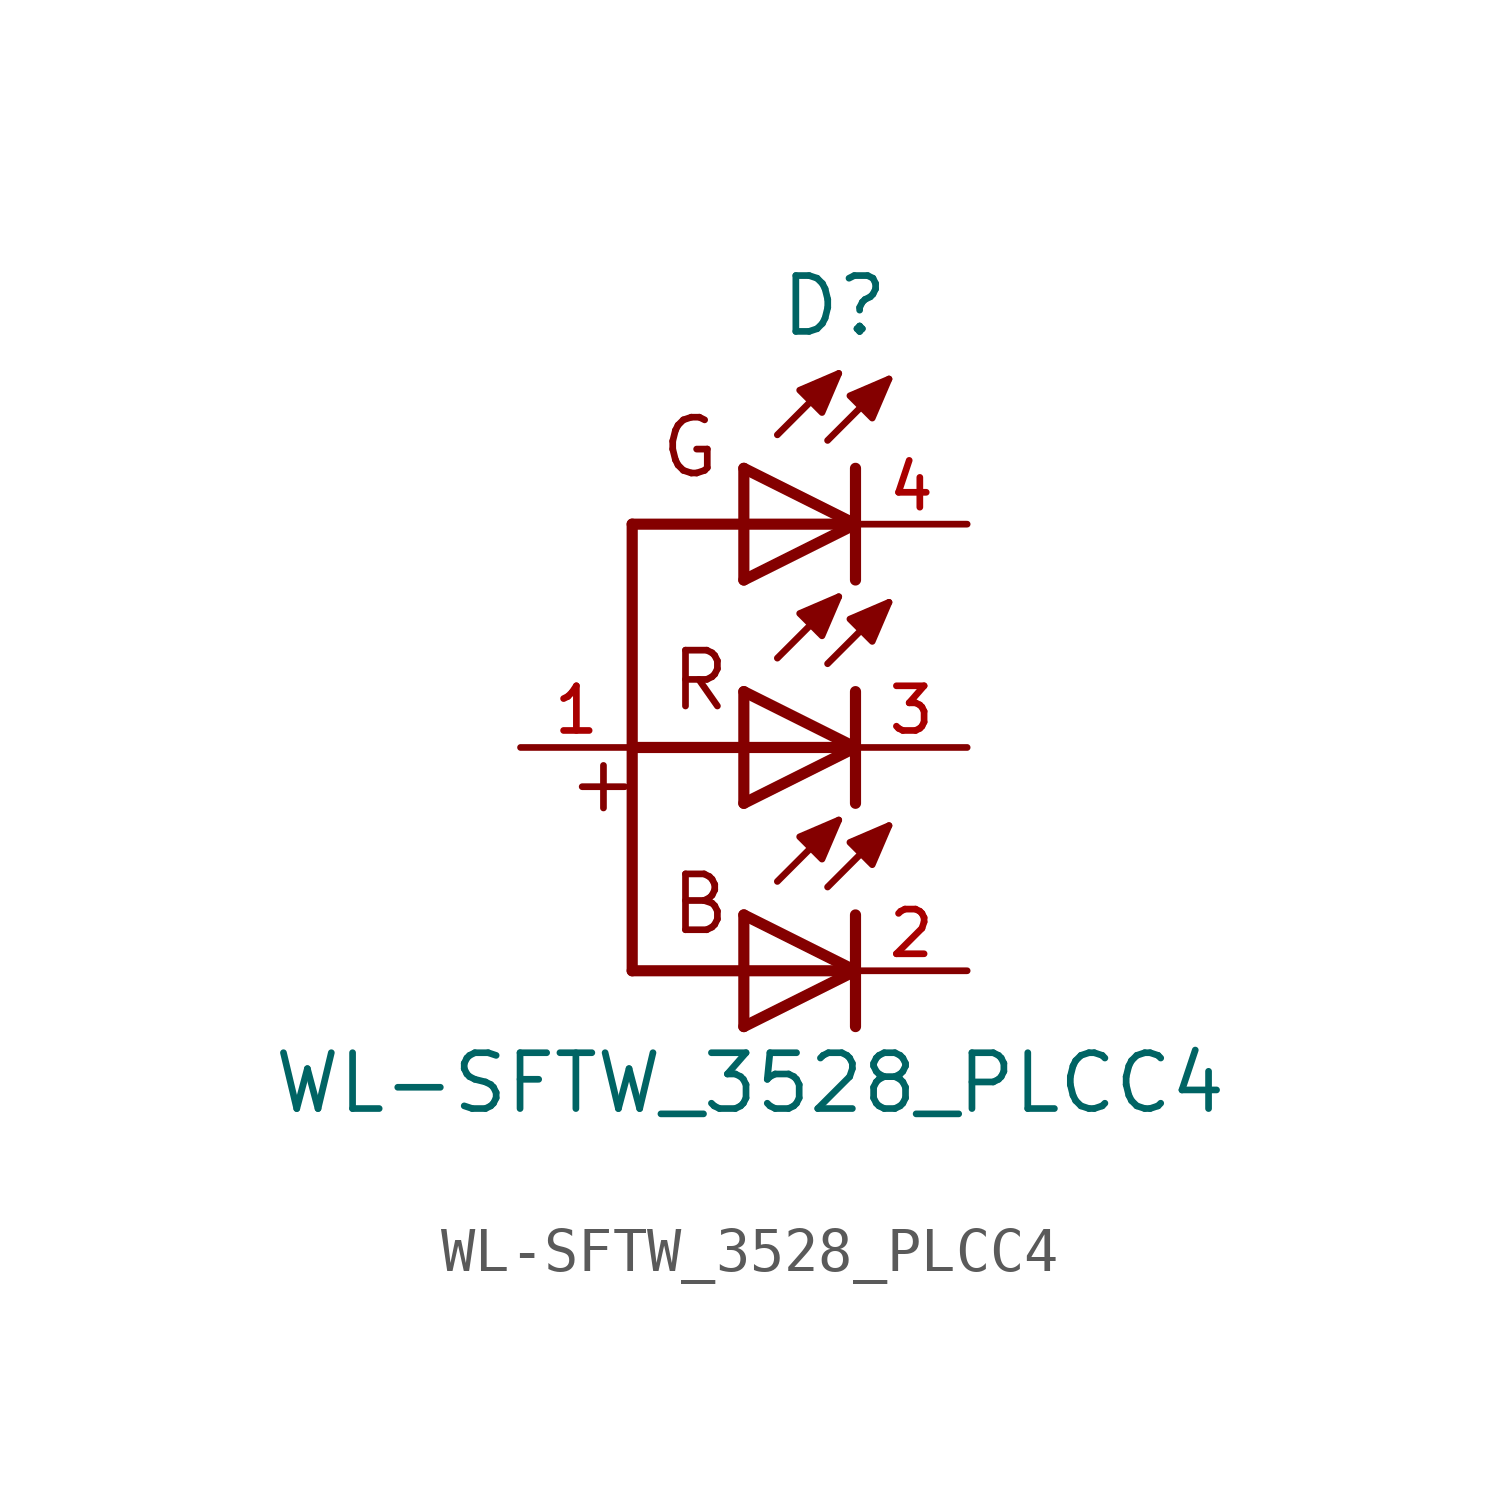
<source format=kicad_sym>
(kicad_symbol_lib
  (version 20211014)
  (generator kicad_symbol_editor)
  (symbol "WL-SFTW_3528_PLCC4"
    (pin_names
      (offset 1.016))
    (property "Reference" "D"
      (at 2.06 9.302 0)
      (effects (font (size 1.27 1.27)) (justify bottom)))
    (property "Value" "WL-SFTW_3528_PLCC4"
      (at 0.14 -8.378 0)
      (effects (font (size 1.27 1.27)) (justify bottom)))
    (symbol "WL-SFTW_3528_PLCC4_0_0"
      (polyline (pts (xy -2.54 5.08) (xy -2.54 0.0)) (stroke (width 0.254)))
      (polyline (pts (xy -2.54 0.0) (xy -2.54 -5.08)) (stroke (width 0.254)))
      (polyline (pts (xy -2.54 -5.08) (xy 0.0 -5.08)) (stroke (width 0.254)))
      (polyline (pts (xy 0.0 3.81) (xy 2.54 5.08)) (stroke (width 0.254)))
      (polyline (pts (xy 2.54 5.08) (xy 0.0 6.35)) (stroke (width 0.254)))
      (polyline (pts (xy 2.54 3.81) (xy 2.54 5.08)) (stroke (width 0.254)))
      (polyline (pts (xy 2.54 5.08) (xy 2.54 6.35)) (stroke (width 0.254)))
      (polyline (pts (xy 0.0 3.81) (xy 0.0 5.08)) (stroke (width 0.254)))
      (polyline (pts (xy 0.0 5.08) (xy 0.0 6.35)) (stroke (width 0.254)))
      (polyline (pts (xy 0.762 7.112) (xy 2.159 8.509)) (stroke (width 0.152)))
      (polyline (pts (xy 1.905 6.985) (xy 3.302 8.382)) (stroke (width 0.152)))
      (polyline (pts (xy 0.0 -1.27) (xy 2.54 0.0)) (stroke (width 0.254)))
      (polyline (pts (xy 2.54 0.0) (xy 0.0 1.27)) (stroke (width 0.254)))
      (polyline (pts (xy 2.54 -1.27) (xy 2.54 0.0)) (stroke (width 0.254)))
      (polyline (pts (xy 2.54 0.0) (xy 2.54 1.27)) (stroke (width 0.254)))
      (polyline (pts (xy 0.0 -1.27) (xy 0.0 0.0)) (stroke (width 0.254)))
      (polyline (pts (xy 0.0 0.0) (xy 0.0 1.27)) (stroke (width 0.254)))
      (polyline (pts (xy 0.762 2.032) (xy 2.159 3.429)) (stroke (width 0.152)))
      (polyline (pts (xy 1.905 1.905) (xy 3.302 3.302)) (stroke (width 0.152)))
      (polyline (pts (xy 0.0 -6.35) (xy 2.54 -5.08)) (stroke (width 0.254)))
      (polyline (pts (xy 2.54 -5.08) (xy 0.0 -3.81)) (stroke (width 0.254)))
      (polyline (pts (xy 2.54 -6.35) (xy 2.54 -5.08)) (stroke (width 0.254)))
      (polyline (pts (xy 2.54 -5.08) (xy 2.54 -3.81)) (stroke (width 0.254)))
      (polyline (pts (xy 0.0 -6.35) (xy 0.0 -5.08)) (stroke (width 0.254)))
      (polyline (pts (xy 0.0 -5.08) (xy 0.0 -3.81)) (stroke (width 0.254)))
      (polyline (pts (xy 0.762 -3.048) (xy 2.159 -1.651)) (stroke (width 0.152)))
      (polyline (pts (xy 1.905 -3.175) (xy 3.302 -1.778)) (stroke (width 0.152)))
      (polyline (pts (xy -2.54 5.08) (xy 0.0 5.08)) (stroke (width 0.254)))
      (polyline (pts (xy -2.54 0.0) (xy 0.0 0.0)) (stroke (width 0.254)))
      (polyline (pts (xy 0.0 5.08) (xy 2.54 5.08)) (stroke (width 0.254)))
      (polyline (pts (xy 0.0 0.0) (xy 2.54 0.0)) (stroke (width 0.254)))
      (polyline (pts (xy 0.0 -5.08) (xy 2.54 -5.08)) (stroke (width 0.254)))
      (text "G" (at -1.96 6.08 0) (effects (font (size 1.27 1.27)) (justify bottom left)))
      (text "R" (at -1.73 0.78 0) (effects (font (size 1.27 1.27)) (justify bottom left)))
      (text "B" (at -1.73 -4.31 0) (effects (font (size 1.27 1.27)) (justify bottom left)))
      (text "+" (at -4.08 -1.54 0) (effects (font (size 1.27 1.27)) (justify bottom left)))
      (polyline (pts (xy 2.159 8.509) (xy 1.27 8.128) (xy 1.778 7.62) (xy 2.159 8.509)) (stroke (width 0.152)) (fill (type outline)))
      (polyline (pts (xy 3.302 8.382) (xy 2.413 8.001) (xy 2.921 7.493) (xy 3.302 8.382)) (stroke (width 0.152)) (fill (type outline)))
      (polyline (pts (xy 2.159 3.429) (xy 1.27 3.048) (xy 1.778 2.54) (xy 2.159 3.429)) (stroke (width 0.152)) (fill (type outline)))
      (polyline (pts (xy 3.302 3.302) (xy 2.413 2.921) (xy 2.921 2.413) (xy 3.302 3.302)) (stroke (width 0.152)) (fill (type outline)))
      (polyline (pts (xy 2.159 -1.651) (xy 1.27 -2.032) (xy 1.778 -2.54) (xy 2.159 -1.651)) (stroke (width 0.152)) (fill (type outline)))
      (polyline (pts (xy 3.302 -1.778) (xy 2.413 -2.159) (xy 2.921 -2.667) (xy 3.302 -1.778)) (stroke (width 0.152)) (fill (type outline)))
      (pin passive line (at -5.08 0.0 0) (length 2.54) (name "~" (effects (font (size 1.016 1.016)))) (number "1" (effects (font (size 1.016 1.016)))))
      (pin passive line (at 5.08 -5.08 180.0) (length 2.54) (name "~" (effects (font (size 1.016 1.016)))) (number "2" (effects (font (size 1.016 1.016)))))
      (pin passive line (at 5.08 0.0 180.0) (length 2.54) (name "~" (effects (font (size 1.016 1.016)))) (number "3" (effects (font (size 1.016 1.016)))))
      (pin passive line (at 5.08 5.08 180.0) (length 2.54) (name "~" (effects (font (size 1.016 1.016)))) (number "4" (effects (font (size 1.016 1.016))))))))
</source>
